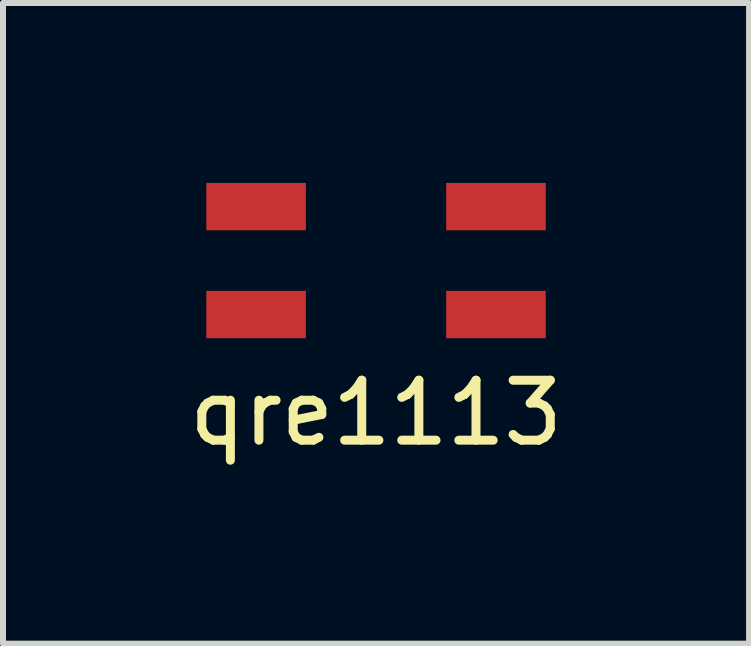
<source format=kicad_pcb>
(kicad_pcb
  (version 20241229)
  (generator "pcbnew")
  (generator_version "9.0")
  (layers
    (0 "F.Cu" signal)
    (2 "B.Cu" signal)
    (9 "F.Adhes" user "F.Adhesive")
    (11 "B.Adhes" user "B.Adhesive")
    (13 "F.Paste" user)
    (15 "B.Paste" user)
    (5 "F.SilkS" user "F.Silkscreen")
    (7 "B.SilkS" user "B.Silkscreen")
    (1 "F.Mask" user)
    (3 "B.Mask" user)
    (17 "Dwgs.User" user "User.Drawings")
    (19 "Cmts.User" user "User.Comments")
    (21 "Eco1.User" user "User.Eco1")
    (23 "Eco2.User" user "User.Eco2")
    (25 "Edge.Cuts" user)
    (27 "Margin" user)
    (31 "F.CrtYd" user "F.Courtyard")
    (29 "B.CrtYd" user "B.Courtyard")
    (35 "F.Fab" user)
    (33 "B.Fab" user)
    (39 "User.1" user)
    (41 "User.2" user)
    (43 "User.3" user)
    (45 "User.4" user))
  (footprint "qre1113"
    (layer "F.Cu")
    (at 3.22 1.295)
    (property "Reference" "qre1113" (at 0 2.54 0) (layer "F.SilkS") (effects (font (size 1 1) (thickness 0.15))))
    (attr through_hole)
    (pad "1" smd rect (at -2 0.9) (size 1.66 0.79) (layers "F.Cu" "F.Mask" "F.Paste"))
    (pad "2" smd rect (at 2 0.9) (size 1.66 0.79) (layers "F.Cu" "F.Mask" "F.Paste"))
    (pad "3" smd rect (at 2 -0.9) (size 1.66 0.79) (layers "F.Cu" "F.Mask" "F.Paste"))
    (pad "4" smd rect (at -2 -0.9) (size 1.66 0.79) (layers "F.Cu" "F.Mask" "F.Paste")))
  (gr_rect
    (start -3 -3)
    (end 9.44 7.683)
    (stroke (width 0.1) (type default))
    (fill no)
    (layer "Edge.Cuts")))
</source>
